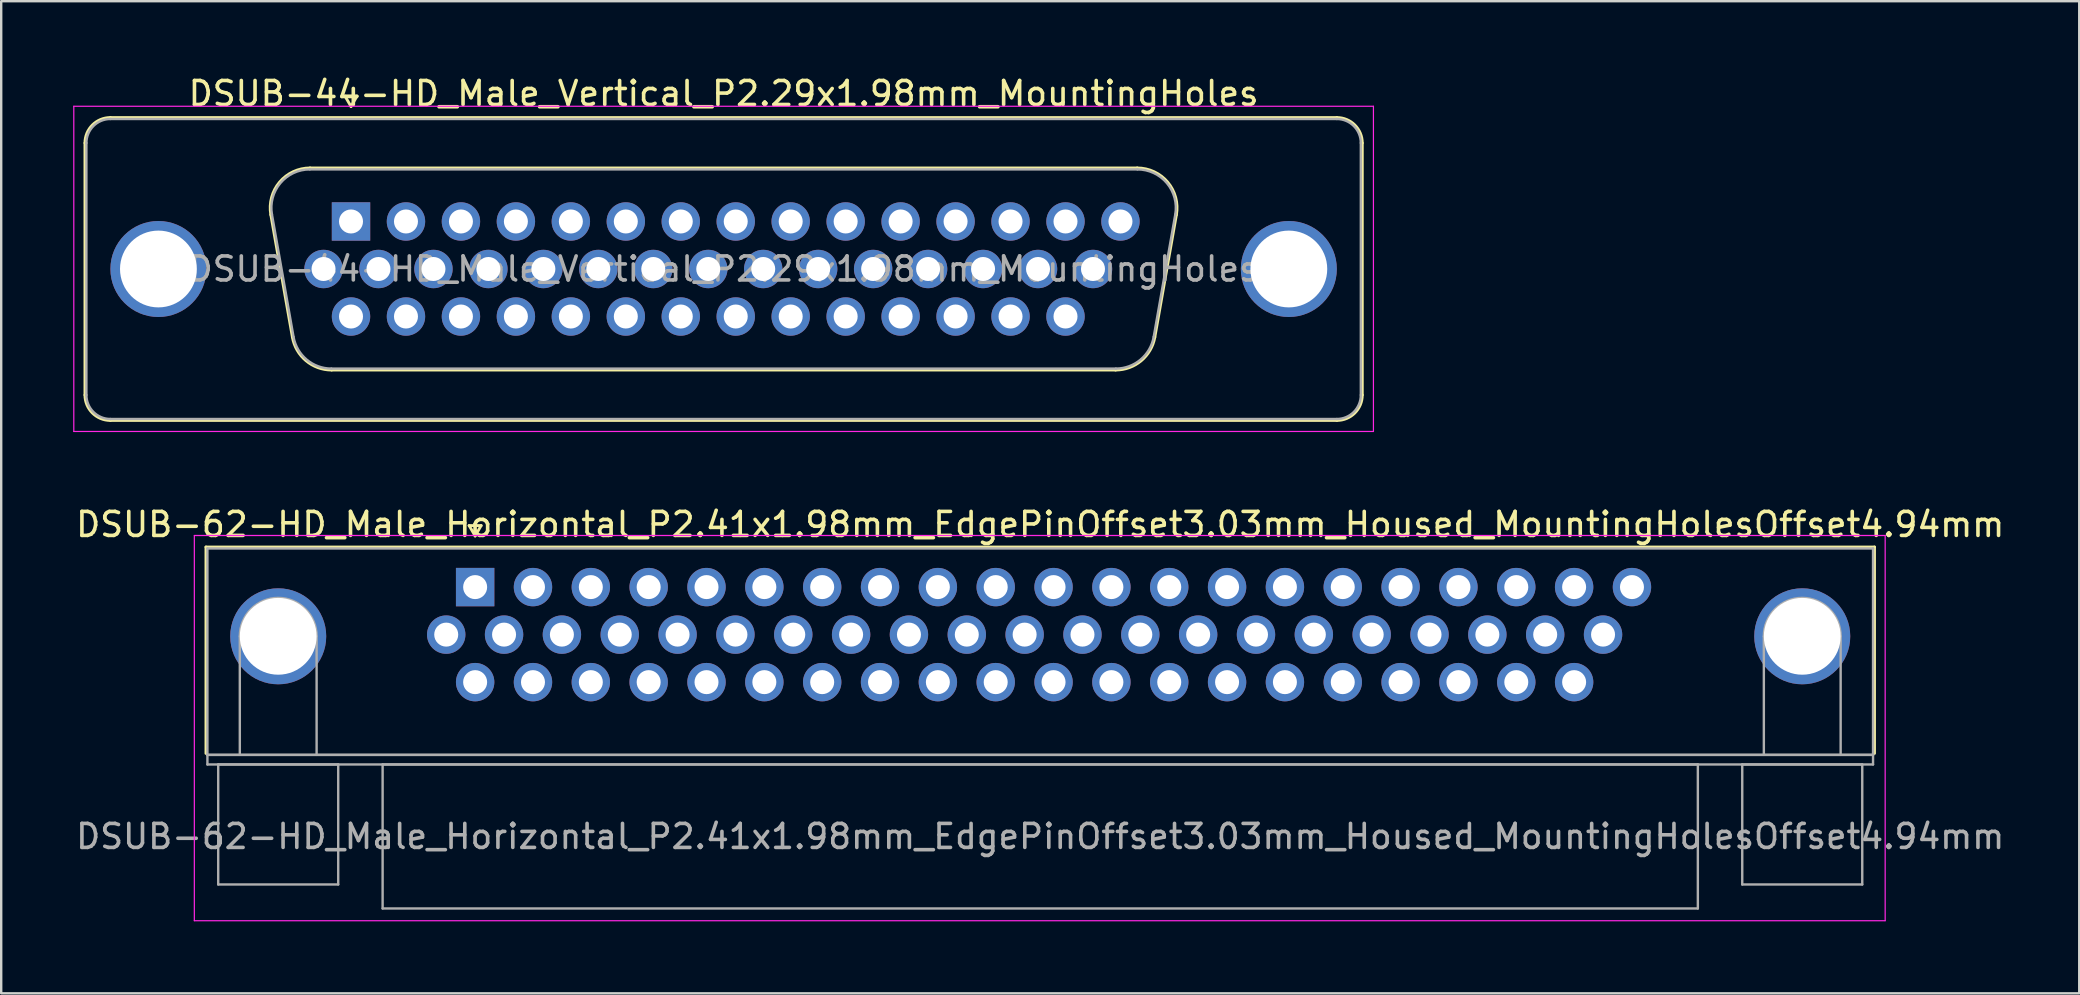
<source format=kicad_pcb>
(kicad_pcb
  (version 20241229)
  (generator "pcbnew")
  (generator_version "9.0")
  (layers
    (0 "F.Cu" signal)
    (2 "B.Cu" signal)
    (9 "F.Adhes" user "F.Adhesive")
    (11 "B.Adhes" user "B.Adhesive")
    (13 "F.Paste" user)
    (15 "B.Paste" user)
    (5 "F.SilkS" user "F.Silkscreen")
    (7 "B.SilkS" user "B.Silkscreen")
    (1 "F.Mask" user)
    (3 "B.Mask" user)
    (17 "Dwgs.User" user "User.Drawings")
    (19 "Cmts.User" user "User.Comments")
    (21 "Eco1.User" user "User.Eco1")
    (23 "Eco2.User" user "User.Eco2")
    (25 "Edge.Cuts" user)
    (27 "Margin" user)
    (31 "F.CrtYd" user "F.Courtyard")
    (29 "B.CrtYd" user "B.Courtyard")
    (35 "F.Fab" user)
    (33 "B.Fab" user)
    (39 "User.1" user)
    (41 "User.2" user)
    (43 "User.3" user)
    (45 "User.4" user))
  (footprint "DSUB-44-HD_Male_Vertical_P2.29x1.98mm_MountingHoles"
    (layer "F.Cu")
    (at 11.575 6.178)
    (property "Reference" "DSUB-44-HD_Male_Vertical_P2.29x1.98mm_MountingHoles" (at 15.525 -5.33 0) (layer "F.SilkS") (effects (font (size 1 1) (thickness 0.15))))
    (attr through_hole)
    (fp_line (start -11.085 7.23) (end -11.085 -3.27) (stroke (width 0.12) (type solid)) (layer "F.SilkS"))
    (fp_line (start -10.025 -4.33) (end 41.075 -4.33) (stroke (width 0.12) (type solid)) (layer "F.SilkS"))
    (fp_line (start -3.341 -0.282) (end -2.442 4.818) (stroke (width 0.12) (type solid)) (layer "F.SilkS"))
    (fp_line (start -1.707 -2.23) (end 32.757 -2.23) (stroke (width 0.12) (type solid)) (layer "F.SilkS"))
    (fp_line (start -0.807 6.19) (end 31.857 6.19) (stroke (width 0.12) (type solid)) (layer "F.SilkS"))
    (fp_line (start -0.25 -5.224) (end 0.25 -5.224) (stroke (width 0.12) (type solid)) (layer "F.SilkS"))
    (fp_line (start 0 -4.791) (end -0.25 -5.224) (stroke (width 0.12) (type solid)) (layer "F.SilkS"))
    (fp_line (start 0.25 -5.224) (end 0 -4.791) (stroke (width 0.12) (type solid)) (layer "F.SilkS"))
    (fp_line (start 34.391 -0.282) (end 33.492 4.818) (stroke (width 0.12) (type solid)) (layer "F.SilkS"))
    (fp_line (start 41.075 8.29) (end -10.025 8.29) (stroke (width 0.12) (type solid)) (layer "F.SilkS"))
    (fp_line (start 42.135 -3.27) (end 42.135 7.23) (stroke (width 0.12) (type solid)) (layer "F.SilkS"))
    (fp_arc (start -11.085 -3.27) (mid -10.774533 -4.019533) (end -10.025 -4.33) (stroke (width 0.12) (type solid)) (layer "F.SilkS"))
    (fp_arc (start -10.025 8.29) (mid -10.774533 7.979533) (end -11.085 7.23) (stroke (width 0.12) (type solid)) (layer "F.SilkS"))
    (fp_arc (start -3.34147 -0.281744) (mid -2.978323 -1.637028) (end -1.706689 -2.23) (stroke (width 0.12) (type solid)) (layer "F.SilkS"))
    (fp_arc (start -0.807421 6.19) (mid -1.874448 5.801634) (end -2.442202 4.818256) (stroke (width 0.12) (type solid)) (layer "F.SilkS"))
    (fp_arc (start 32.756689 -2.23) (mid 34.028323 -1.637027) (end 34.39147 -0.281744) (stroke (width 0.12) (type solid)) (layer "F.SilkS"))
    (fp_arc (start 33.492202 4.818256) (mid 32.924449 5.801634) (end 31.857421 6.19) (stroke (width 0.12) (type solid)) (layer "F.SilkS"))
    (fp_arc (start 41.075 -4.33) (mid 41.824533 -4.019533) (end 42.135 -3.27) (stroke (width 0.12) (type solid)) (layer "F.SilkS"))
    (fp_arc (start 42.135 7.23) (mid 41.824533 7.979533) (end 41.075 8.29) (stroke (width 0.12) (type solid)) (layer "F.SilkS"))
    (fp_line (start -11.55 -4.8) (end -11.55 8.75) (stroke (width 0.05) (type solid)) (layer "F.CrtYd"))
    (fp_line (start -11.55 8.75) (end 42.6 8.75) (stroke (width 0.05) (type solid)) (layer "F.CrtYd"))
    (fp_line (start 42.6 -4.8) (end -11.55 -4.8) (stroke (width 0.05) (type solid)) (layer "F.CrtYd"))
    (fp_line (start 42.6 8.75) (end 42.6 -4.8) (stroke (width 0.05) (type solid)) (layer "F.CrtYd"))
    (fp_line (start -11.025 7.23) (end -11.025 -3.27) (stroke (width 0.1) (type solid)) (layer "F.Fab"))
    (fp_line (start -10.025 -4.27) (end 41.075 -4.27) (stroke (width 0.1) (type solid)) (layer "F.Fab"))
    (fp_line (start -3.294 -0.292) (end -2.395 4.808) (stroke (width 0.1) (type solid)) (layer "F.Fab"))
    (fp_line (start -1.718 -2.17) (end 32.768 -2.17) (stroke (width 0.1) (type solid)) (layer "F.Fab"))
    (fp_line (start -0.819 6.13) (end 31.869 6.13) (stroke (width 0.1) (type solid)) (layer "F.Fab"))
    (fp_line (start 34.344 -0.292) (end 33.445 4.808) (stroke (width 0.1) (type solid)) (layer "F.Fab"))
    (fp_line (start 41.075 8.23) (end -10.025 8.23) (stroke (width 0.1) (type solid)) (layer "F.Fab"))
    (fp_line (start 42.075 -3.27) (end 42.075 7.23) (stroke (width 0.1) (type solid)) (layer "F.Fab"))
    (fp_arc (start -11.025 -3.27) (mid -10.732107 -3.977107) (end -10.025 -4.27) (stroke (width 0.1) (type solid)) (layer "F.Fab"))
    (fp_arc (start -10.025 8.23) (mid -10.732107 7.937107) (end -11.025 7.23) (stroke (width 0.1) (type solid)) (layer "F.Fab"))
    (fp_arc (start -3.293886 -0.292163) (mid -2.943865 -1.59846) (end -1.718194 -2.17) (stroke (width 0.1) (type solid)) (layer "F.Fab"))
    (fp_arc (start -0.818927 6.13) (mid -1.847387 5.755671) (end -2.394619 4.807837) (stroke (width 0.1) (type solid)) (layer "F.Fab"))
    (fp_arc (start 32.768194 -2.17) (mid 33.993865 -1.59846) (end 34.343886 -0.292163) (stroke (width 0.1) (type solid)) (layer "F.Fab"))
    (fp_arc (start 33.444619 4.807837) (mid 32.897387 5.755671) (end 31.868927 6.13) (stroke (width 0.1) (type solid)) (layer "F.Fab"))
    (fp_arc (start 41.075 -4.27) (mid 41.782107 -3.977107) (end 42.075 -3.27) (stroke (width 0.1) (type solid)) (layer "F.Fab"))
    (fp_arc (start 42.075 7.23) (mid 41.782107 7.937107) (end 41.075 8.23) (stroke (width 0.1) (type solid)) (layer "F.Fab"))
    (fp_text user "${REFERENCE}" (at 15.525 1.98 0) (layer "F.Fab") (effects (font (size 1 1) (thickness 0.15))))
    (pad "0" thru_hole circle (at -8.025 1.98) (size 4 4) (drill 3.2) (layers "*.Cu" "*.Mask"))
    (pad "0" thru_hole circle (at 39.075 1.98) (size 4 4) (drill 3.2) (layers "*.Cu" "*.Mask"))
    (pad "1" thru_hole rect (at 0 0) (size 1.6 1.6) (drill 1) (layers "*.Cu" "*.Mask"))
    (pad "2" thru_hole circle (at 2.29 0) (size 1.6 1.6) (drill 1) (layers "*.Cu" "*.Mask"))
    (pad "3" thru_hole circle (at 4.58 0) (size 1.6 1.6) (drill 1) (layers "*.Cu" "*.Mask"))
    (pad "4" thru_hole circle (at 6.87 0) (size 1.6 1.6) (drill 1) (layers "*.Cu" "*.Mask"))
    (pad "5" thru_hole circle (at 9.16 0) (size 1.6 1.6) (drill 1) (layers "*.Cu" "*.Mask"))
    (pad "6" thru_hole circle (at 11.45 0) (size 1.6 1.6) (drill 1) (layers "*.Cu" "*.Mask"))
    (pad "7" thru_hole circle (at 13.74 0) (size 1.6 1.6) (drill 1) (layers "*.Cu" "*.Mask"))
    (pad "8" thru_hole circle (at 16.03 0) (size 1.6 1.6) (drill 1) (layers "*.Cu" "*.Mask"))
    (pad "9" thru_hole circle (at 18.32 0) (size 1.6 1.6) (drill 1) (layers "*.Cu" "*.Mask"))
    (pad "10" thru_hole circle (at 20.61 0) (size 1.6 1.6) (drill 1) (layers "*.Cu" "*.Mask"))
    (pad "11" thru_hole circle (at 22.9 0) (size 1.6 1.6) (drill 1) (layers "*.Cu" "*.Mask"))
    (pad "12" thru_hole circle (at 25.19 0) (size 1.6 1.6) (drill 1) (layers "*.Cu" "*.Mask"))
    (pad "13" thru_hole circle (at 27.48 0) (size 1.6 1.6) (drill 1) (layers "*.Cu" "*.Mask"))
    (pad "14" thru_hole circle (at 29.77 0) (size 1.6 1.6) (drill 1) (layers "*.Cu" "*.Mask"))
    (pad "15" thru_hole circle (at 32.06 0) (size 1.6 1.6) (drill 1) (layers "*.Cu" "*.Mask"))
    (pad "16" thru_hole circle (at -1.145 1.98) (size 1.6 1.6) (drill 1) (layers "*.Cu" "*.Mask"))
    (pad "17" thru_hole circle (at 1.145 1.98) (size 1.6 1.6) (drill 1) (layers "*.Cu" "*.Mask"))
    (pad "18" thru_hole circle (at 3.435 1.98) (size 1.6 1.6) (drill 1) (layers "*.Cu" "*.Mask"))
    (pad "19" thru_hole circle (at 5.725 1.98) (size 1.6 1.6) (drill 1) (layers "*.Cu" "*.Mask"))
    (pad "20" thru_hole circle (at 8.015 1.98) (size 1.6 1.6) (drill 1) (layers "*.Cu" "*.Mask"))
    (pad "21" thru_hole circle (at 10.305 1.98) (size 1.6 1.6) (drill 1) (layers "*.Cu" "*.Mask"))
    (pad "22" thru_hole circle (at 12.595 1.98) (size 1.6 1.6) (drill 1) (layers "*.Cu" "*.Mask"))
    (pad "23" thru_hole circle (at 14.885 1.98) (size 1.6 1.6) (drill 1) (layers "*.Cu" "*.Mask"))
    (pad "24" thru_hole circle (at 17.175 1.98) (size 1.6 1.6) (drill 1) (layers "*.Cu" "*.Mask"))
    (pad "25" thru_hole circle (at 19.465 1.98) (size 1.6 1.6) (drill 1) (layers "*.Cu" "*.Mask"))
    (pad "26" thru_hole circle (at 21.755 1.98) (size 1.6 1.6) (drill 1) (layers "*.Cu" "*.Mask"))
    (pad "27" thru_hole circle (at 24.045 1.98) (size 1.6 1.6) (drill 1) (layers "*.Cu" "*.Mask"))
    (pad "28" thru_hole circle (at 26.335 1.98) (size 1.6 1.6) (drill 1) (layers "*.Cu" "*.Mask"))
    (pad "29" thru_hole circle (at 28.625 1.98) (size 1.6 1.6) (drill 1) (layers "*.Cu" "*.Mask"))
    (pad "30" thru_hole circle (at 30.915 1.98) (size 1.6 1.6) (drill 1) (layers "*.Cu" "*.Mask"))
    (pad "31" thru_hole circle (at 0 3.96) (size 1.6 1.6) (drill 1) (layers "*.Cu" "*.Mask"))
    (pad "32" thru_hole circle (at 2.29 3.96) (size 1.6 1.6) (drill 1) (layers "*.Cu" "*.Mask"))
    (pad "33" thru_hole circle (at 4.58 3.96) (size 1.6 1.6) (drill 1) (layers "*.Cu" "*.Mask"))
    (pad "34" thru_hole circle (at 6.87 3.96) (size 1.6 1.6) (drill 1) (layers "*.Cu" "*.Mask"))
    (pad "35" thru_hole circle (at 9.16 3.96) (size 1.6 1.6) (drill 1) (layers "*.Cu" "*.Mask"))
    (pad "36" thru_hole circle (at 11.45 3.96) (size 1.6 1.6) (drill 1) (layers "*.Cu" "*.Mask"))
    (pad "37" thru_hole circle (at 13.74 3.96) (size 1.6 1.6) (drill 1) (layers "*.Cu" "*.Mask"))
    (pad "38" thru_hole circle (at 16.03 3.96) (size 1.6 1.6) (drill 1) (layers "*.Cu" "*.Mask"))
    (pad "39" thru_hole circle (at 18.32 3.96) (size 1.6 1.6) (drill 1) (layers "*.Cu" "*.Mask"))
    (pad "40" thru_hole circle (at 20.61 3.96) (size 1.6 1.6) (drill 1) (layers "*.Cu" "*.Mask"))
    (pad "41" thru_hole circle (at 22.9 3.96) (size 1.6 1.6) (drill 1) (layers "*.Cu" "*.Mask"))
    (pad "42" thru_hole circle (at 25.19 3.96) (size 1.6 1.6) (drill 1) (layers "*.Cu" "*.Mask"))
    (pad "43" thru_hole circle (at 27.48 3.96) (size 1.6 1.6) (drill 1) (layers "*.Cu" "*.Mask"))
    (pad "44" thru_hole circle (at 29.77 3.96) (size 1.6 1.6) (drill 1) (layers "*.Cu" "*.Mask")))
  (footprint "DSUB-62-HD_Male_Horizontal_P2.41x1.98mm_EdgePinOffset3.03mm_Housed_MountingHolesOffset4.94mm"
    (layer "F.Cu")
    (at 16.747 21.412)
    (property "Reference" "DSUB-62-HD_Male_Horizontal_P2.41x1.98mm_EdgePinOffset3.03mm_Housed_MountingHolesOffset4.94mm" (at 23.545 -2.61 0) (layer "F.SilkS") (effects (font (size 1 1) (thickness 0.15))))
    (attr through_hole)
    (fp_line (start -11.215 -1.67) (end 58.305 -1.67) (stroke (width 0.12) (type solid)) (layer "F.SilkS"))
    (fp_line (start -11.215 6.93) (end -11.215 -1.67) (stroke (width 0.12) (type solid)) (layer "F.SilkS"))
    (fp_line (start -0.25 -2.564) (end 0.25 -2.564) (stroke (width 0.12) (type solid)) (layer "F.SilkS"))
    (fp_line (start 0 -2.131) (end -0.25 -2.564) (stroke (width 0.12) (type solid)) (layer "F.SilkS"))
    (fp_line (start 0.25 -2.564) (end 0 -2.131) (stroke (width 0.12) (type solid)) (layer "F.SilkS"))
    (fp_line (start 58.305 -1.67) (end 58.305 6.93) (stroke (width 0.12) (type solid)) (layer "F.SilkS"))
    (fp_line (start -11.7 -2.15) (end -11.7 13.9) (stroke (width 0.05) (type solid)) (layer "F.CrtYd"))
    (fp_line (start -11.7 13.9) (end 58.75 13.9) (stroke (width 0.05) (type solid)) (layer "F.CrtYd"))
    (fp_line (start 58.75 -2.15) (end -11.7 -2.15) (stroke (width 0.05) (type solid)) (layer "F.CrtYd"))
    (fp_line (start 58.75 13.9) (end 58.75 -2.15) (stroke (width 0.05) (type solid)) (layer "F.CrtYd"))
    (fp_line (start -11.155 -1.61) (end -11.155 6.99) (stroke (width 0.1) (type solid)) (layer "F.Fab"))
    (fp_line (start -11.155 6.99) (end -11.155 7.39) (stroke (width 0.1) (type solid)) (layer "F.Fab"))
    (fp_line (start -11.155 6.99) (end 58.245 6.99) (stroke (width 0.1) (type solid)) (layer "F.Fab"))
    (fp_line (start -11.155 7.39) (end 58.245 7.39) (stroke (width 0.1) (type solid)) (layer "F.Fab"))
    (fp_line (start -10.705 7.39) (end -10.705 12.39) (stroke (width 0.1) (type solid)) (layer "F.Fab"))
    (fp_line (start -10.705 12.39) (end -5.705 12.39) (stroke (width 0.1) (type solid)) (layer "F.Fab"))
    (fp_line (start -9.805 6.99) (end -9.805 2.05) (stroke (width 0.1) (type solid)) (layer "F.Fab"))
    (fp_line (start -6.605 6.99) (end -6.605 2.05) (stroke (width 0.1) (type solid)) (layer "F.Fab"))
    (fp_line (start -5.705 7.39) (end -10.705 7.39) (stroke (width 0.1) (type solid)) (layer "F.Fab"))
    (fp_line (start -5.705 12.39) (end -5.705 7.39) (stroke (width 0.1) (type solid)) (layer "F.Fab"))
    (fp_line (start -3.855 7.39) (end -3.855 13.39) (stroke (width 0.1) (type solid)) (layer "F.Fab"))
    (fp_line (start -3.855 13.39) (end 50.945 13.39) (stroke (width 0.1) (type solid)) (layer "F.Fab"))
    (fp_line (start 50.945 7.39) (end -3.855 7.39) (stroke (width 0.1) (type solid)) (layer "F.Fab"))
    (fp_line (start 50.945 13.39) (end 50.945 7.39) (stroke (width 0.1) (type solid)) (layer "F.Fab"))
    (fp_line (start 52.795 7.39) (end 52.795 12.39) (stroke (width 0.1) (type solid)) (layer "F.Fab"))
    (fp_line (start 52.795 12.39) (end 57.795 12.39) (stroke (width 0.1) (type solid)) (layer "F.Fab"))
    (fp_line (start 53.695 6.99) (end 53.695 2.05) (stroke (width 0.1) (type solid)) (layer "F.Fab"))
    (fp_line (start 56.895 6.99) (end 56.895 2.05) (stroke (width 0.1) (type solid)) (layer "F.Fab"))
    (fp_line (start 57.795 7.39) (end 52.795 7.39) (stroke (width 0.1) (type solid)) (layer "F.Fab"))
    (fp_line (start 57.795 12.39) (end 57.795 7.39) (stroke (width 0.1) (type solid)) (layer "F.Fab"))
    (fp_line (start 58.245 -1.61) (end -11.155 -1.61) (stroke (width 0.1) (type solid)) (layer "F.Fab"))
    (fp_line (start 58.245 6.99) (end -11.155 6.99) (stroke (width 0.1) (type solid)) (layer "F.Fab"))
    (fp_line (start 58.245 6.99) (end 58.245 -1.61) (stroke (width 0.1) (type solid)) (layer "F.Fab"))
    (fp_line (start 58.245 7.39) (end 58.245 6.99) (stroke (width 0.1) (type solid)) (layer "F.Fab"))
    (fp_arc (start -9.805 2.05) (mid -8.205 0.45) (end -6.605 2.05) (stroke (width 0.1) (type solid)) (layer "F.Fab"))
    (fp_arc (start 53.695 2.05) (mid 55.295 0.45) (end 56.895 2.05) (stroke (width 0.1) (type solid)) (layer "F.Fab"))
    (fp_text user "${REFERENCE}" (at 23.545 10.39 0) (layer "F.Fab") (effects (font (size 1 1) (thickness 0.15))))
    (pad "0" thru_hole circle (at -8.205 2.05) (size 4 4) (drill 3.2) (layers "*.Cu" "*.Mask"))
    (pad "0" thru_hole circle (at 55.295 2.05) (size 4 4) (drill 3.2) (layers "*.Cu" "*.Mask"))
    (pad "1" thru_hole rect (at 0 0) (size 1.6 1.6) (drill 1) (layers "*.Cu" "*.Mask"))
    (pad "2" thru_hole circle (at 2.41 0) (size 1.6 1.6) (drill 1) (layers "*.Cu" "*.Mask"))
    (pad "3" thru_hole circle (at 4.82 0) (size 1.6 1.6) (drill 1) (layers "*.Cu" "*.Mask"))
    (pad "4" thru_hole circle (at 7.23 0) (size 1.6 1.6) (drill 1) (layers "*.Cu" "*.Mask"))
    (pad "5" thru_hole circle (at 9.64 0) (size 1.6 1.6) (drill 1) (layers "*.Cu" "*.Mask"))
    (pad "6" thru_hole circle (at 12.05 0) (size 1.6 1.6) (drill 1) (layers "*.Cu" "*.Mask"))
    (pad "7" thru_hole circle (at 14.46 0) (size 1.6 1.6) (drill 1) (layers "*.Cu" "*.Mask"))
    (pad "8" thru_hole circle (at 16.87 0) (size 1.6 1.6) (drill 1) (layers "*.Cu" "*.Mask"))
    (pad "9" thru_hole circle (at 19.28 0) (size 1.6 1.6) (drill 1) (layers "*.Cu" "*.Mask"))
    (pad "10" thru_hole circle (at 21.69 0) (size 1.6 1.6) (drill 1) (layers "*.Cu" "*.Mask"))
    (pad "11" thru_hole circle (at 24.1 0) (size 1.6 1.6) (drill 1) (layers "*.Cu" "*.Mask"))
    (pad "12" thru_hole circle (at 26.51 0) (size 1.6 1.6) (drill 1) (layers "*.Cu" "*.Mask"))
    (pad "13" thru_hole circle (at 28.92 0) (size 1.6 1.6) (drill 1) (layers "*.Cu" "*.Mask"))
    (pad "14" thru_hole circle (at 31.33 0) (size 1.6 1.6) (drill 1) (layers "*.Cu" "*.Mask"))
    (pad "15" thru_hole circle (at 33.74 0) (size 1.6 1.6) (drill 1) (layers "*.Cu" "*.Mask"))
    (pad "16" thru_hole circle (at 36.15 0) (size 1.6 1.6) (drill 1) (layers "*.Cu" "*.Mask"))
    (pad "17" thru_hole circle (at 38.56 0) (size 1.6 1.6) (drill 1) (layers "*.Cu" "*.Mask"))
    (pad "18" thru_hole circle (at 40.97 0) (size 1.6 1.6) (drill 1) (layers "*.Cu" "*.Mask"))
    (pad "19" thru_hole circle (at 43.38 0) (size 1.6 1.6) (drill 1) (layers "*.Cu" "*.Mask"))
    (pad "20" thru_hole circle (at 45.79 0) (size 1.6 1.6) (drill 1) (layers "*.Cu" "*.Mask"))
    (pad "21" thru_hole circle (at 48.2 0) (size 1.6 1.6) (drill 1) (layers "*.Cu" "*.Mask"))
    (pad "22" thru_hole circle (at -1.205 1.98) (size 1.6 1.6) (drill 1) (layers "*.Cu" "*.Mask"))
    (pad "23" thru_hole circle (at 1.205 1.98) (size 1.6 1.6) (drill 1) (layers "*.Cu" "*.Mask"))
    (pad "24" thru_hole circle (at 3.615 1.98) (size 1.6 1.6) (drill 1) (layers "*.Cu" "*.Mask"))
    (pad "25" thru_hole circle (at 6.025 1.98) (size 1.6 1.6) (drill 1) (layers "*.Cu" "*.Mask"))
    (pad "26" thru_hole circle (at 8.435 1.98) (size 1.6 1.6) (drill 1) (layers "*.Cu" "*.Mask"))
    (pad "27" thru_hole circle (at 10.845 1.98) (size 1.6 1.6) (drill 1) (layers "*.Cu" "*.Mask"))
    (pad "28" thru_hole circle (at 13.255 1.98) (size 1.6 1.6) (drill 1) (layers "*.Cu" "*.Mask"))
    (pad "29" thru_hole circle (at 15.665 1.98) (size 1.6 1.6) (drill 1) (layers "*.Cu" "*.Mask"))
    (pad "30" thru_hole circle (at 18.075 1.98) (size 1.6 1.6) (drill 1) (layers "*.Cu" "*.Mask"))
    (pad "31" thru_hole circle (at 20.485 1.98) (size 1.6 1.6) (drill 1) (layers "*.Cu" "*.Mask"))
    (pad "32" thru_hole circle (at 22.895 1.98) (size 1.6 1.6) (drill 1) (layers "*.Cu" "*.Mask"))
    (pad "33" thru_hole circle (at 25.305 1.98) (size 1.6 1.6) (drill 1) (layers "*.Cu" "*.Mask"))
    (pad "34" thru_hole circle (at 27.715 1.98) (size 1.6 1.6) (drill 1) (layers "*.Cu" "*.Mask"))
    (pad "35" thru_hole circle (at 30.125 1.98) (size 1.6 1.6) (drill 1) (layers "*.Cu" "*.Mask"))
    (pad "36" thru_hole circle (at 32.535 1.98) (size 1.6 1.6) (drill 1) (layers "*.Cu" "*.Mask"))
    (pad "37" thru_hole circle (at 34.945 1.98) (size 1.6 1.6) (drill 1) (layers "*.Cu" "*.Mask"))
    (pad "38" thru_hole circle (at 37.355 1.98) (size 1.6 1.6) (drill 1) (layers "*.Cu" "*.Mask"))
    (pad "39" thru_hole circle (at 39.765 1.98) (size 1.6 1.6) (drill 1) (layers "*.Cu" "*.Mask"))
    (pad "40" thru_hole circle (at 42.175 1.98) (size 1.6 1.6) (drill 1) (layers "*.Cu" "*.Mask"))
    (pad "41" thru_hole circle (at 44.585 1.98) (size 1.6 1.6) (drill 1) (layers "*.Cu" "*.Mask"))
    (pad "42" thru_hole circle (at 46.995 1.98) (size 1.6 1.6) (drill 1) (layers "*.Cu" "*.Mask"))
    (pad "43" thru_hole circle (at 0 3.96) (size 1.6 1.6) (drill 1) (layers "*.Cu" "*.Mask"))
    (pad "44" thru_hole circle (at 2.41 3.96) (size 1.6 1.6) (drill 1) (layers "*.Cu" "*.Mask"))
    (pad "45" thru_hole circle (at 4.82 3.96) (size 1.6 1.6) (drill 1) (layers "*.Cu" "*.Mask"))
    (pad "46" thru_hole circle (at 7.23 3.96) (size 1.6 1.6) (drill 1) (layers "*.Cu" "*.Mask"))
    (pad "47" thru_hole circle (at 9.64 3.96) (size 1.6 1.6) (drill 1) (layers "*.Cu" "*.Mask"))
    (pad "48" thru_hole circle (at 12.05 3.96) (size 1.6 1.6) (drill 1) (layers "*.Cu" "*.Mask"))
    (pad "49" thru_hole circle (at 14.46 3.96) (size 1.6 1.6) (drill 1) (layers "*.Cu" "*.Mask"))
    (pad "50" thru_hole circle (at 16.87 3.96) (size 1.6 1.6) (drill 1) (layers "*.Cu" "*.Mask"))
    (pad "51" thru_hole circle (at 19.28 3.96) (size 1.6 1.6) (drill 1) (layers "*.Cu" "*.Mask"))
    (pad "52" thru_hole circle (at 21.69 3.96) (size 1.6 1.6) (drill 1) (layers "*.Cu" "*.Mask"))
    (pad "53" thru_hole circle (at 24.1 3.96) (size 1.6 1.6) (drill 1) (layers "*.Cu" "*.Mask"))
    (pad "54" thru_hole circle (at 26.51 3.96) (size 1.6 1.6) (drill 1) (layers "*.Cu" "*.Mask"))
    (pad "55" thru_hole circle (at 28.92 3.96) (size 1.6 1.6) (drill 1) (layers "*.Cu" "*.Mask"))
    (pad "56" thru_hole circle (at 31.33 3.96) (size 1.6 1.6) (drill 1) (layers "*.Cu" "*.Mask"))
    (pad "57" thru_hole circle (at 33.74 3.96) (size 1.6 1.6) (drill 1) (layers "*.Cu" "*.Mask"))
    (pad "58" thru_hole circle (at 36.15 3.96) (size 1.6 1.6) (drill 1) (layers "*.Cu" "*.Mask"))
    (pad "59" thru_hole circle (at 38.56 3.96) (size 1.6 1.6) (drill 1) (layers "*.Cu" "*.Mask"))
    (pad "60" thru_hole circle (at 40.97 3.96) (size 1.6 1.6) (drill 1) (layers "*.Cu" "*.Mask"))
    (pad "61" thru_hole circle (at 43.38 3.96) (size 1.6 1.6) (drill 1) (layers "*.Cu" "*.Mask"))
    (pad "62" thru_hole circle (at 45.79 3.96) (size 1.6 1.6) (drill 1) (layers "*.Cu" "*.Mask")))
  (gr_rect
    (start -3 -3)
    (end 83.583 38.337)
    (stroke (width 0.1) (type default))
    (fill no)
    (layer "Edge.Cuts")))
</source>
